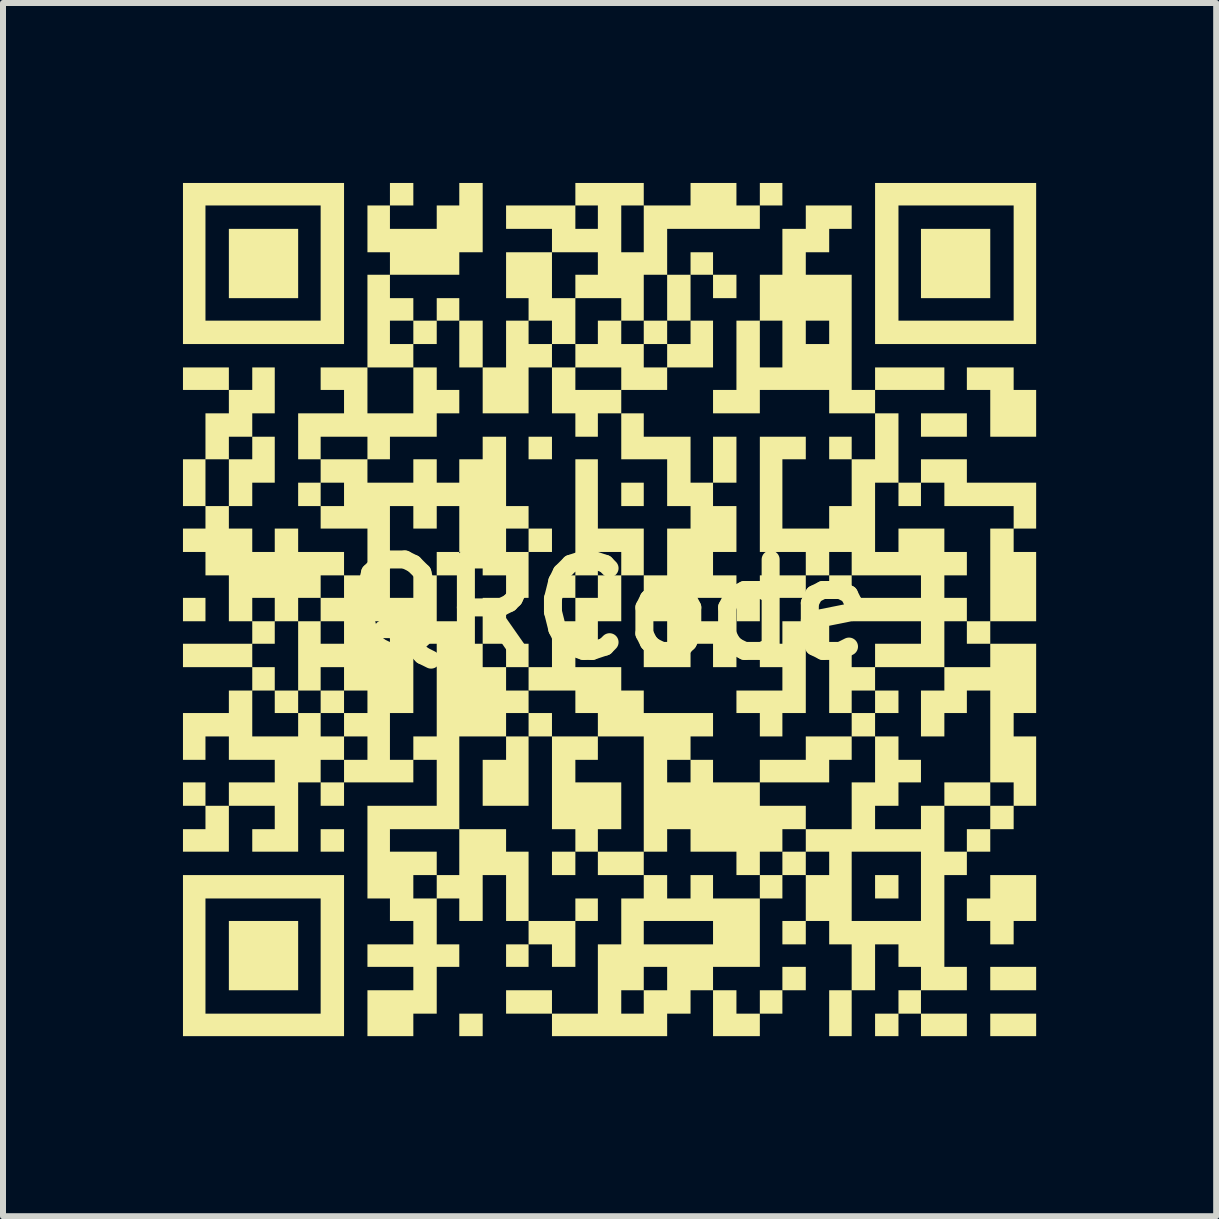
<source format=kicad_pcb>
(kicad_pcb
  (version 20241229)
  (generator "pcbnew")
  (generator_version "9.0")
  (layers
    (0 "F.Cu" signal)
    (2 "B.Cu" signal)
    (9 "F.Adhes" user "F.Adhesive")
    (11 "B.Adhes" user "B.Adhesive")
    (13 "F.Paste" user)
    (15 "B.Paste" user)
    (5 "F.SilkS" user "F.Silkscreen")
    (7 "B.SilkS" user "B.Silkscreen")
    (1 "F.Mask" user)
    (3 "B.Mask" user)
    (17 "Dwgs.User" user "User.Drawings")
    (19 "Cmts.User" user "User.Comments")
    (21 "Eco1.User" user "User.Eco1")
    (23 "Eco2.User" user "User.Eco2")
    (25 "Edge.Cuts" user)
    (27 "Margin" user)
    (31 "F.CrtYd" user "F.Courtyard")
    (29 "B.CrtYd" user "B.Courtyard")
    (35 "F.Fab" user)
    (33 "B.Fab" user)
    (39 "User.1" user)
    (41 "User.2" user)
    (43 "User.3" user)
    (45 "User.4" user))
  (footprint "QRCode"
    (layer "F.Cu")
    (at 7.111 7.111)
    (property "Reference" "QRCode" (at 0 0 0) (layer "F.SilkS") (effects (font (size 1.524 1.524) (thickness 0.3))))
    (attr board_only exclude_from_pos_files exclude_from_bom)
    (fp_poly (pts (xy -6.736 0.195) (xy -7.111 0.195) (xy -7.111 -0.195) (xy -6.736 -0.195)) (stroke (width 0) (type solid)) (fill yes) (layer "F.SilkS"))
    (fp_poly (pts (xy -6.736 3.271) (xy -7.111 3.271) (xy -7.111 2.881) (xy -6.736 2.881)) (stroke (width 0) (type solid)) (fill yes) (layer "F.SilkS"))
    (fp_poly (pts (xy -6.346 -3.661) (xy -7.111 -3.661) (xy -7.111 -4.036) (xy -6.346 -4.036)) (stroke (width 0) (type solid)) (fill yes) (layer "F.SilkS"))
    (fp_poly (pts (xy -5.191 -5.191) (xy -6.346 -5.191) (xy -6.346 -6.346) (xy -5.191 -6.346)) (stroke (width 0) (type solid)) (fill yes) (layer "F.SilkS"))
    (fp_poly (pts (xy -5.191 1.725) (xy -5.581 1.725) (xy -5.581 1.35) (xy -5.191 1.35)) (stroke (width 0) (type solid)) (fill yes) (layer "F.SilkS"))
    (fp_poly (pts (xy -5.191 6.346) (xy -6.346 6.346) (xy -6.346 5.191) (xy -5.191 5.191)) (stroke (width 0) (type solid)) (fill yes) (layer "F.SilkS"))
    (fp_poly (pts (xy -4.426 1.725) (xy -4.816 1.725) (xy -4.816 1.35) (xy -4.426 1.35)) (stroke (width 0) (type solid)) (fill yes) (layer "F.SilkS"))
    (fp_poly (pts (xy -4.426 4.036) (xy -4.816 4.036) (xy -4.816 3.661) (xy -4.426 3.661)) (stroke (width 0) (type solid)) (fill yes) (layer "F.SilkS"))
    (fp_poly (pts (xy -3.271 -6.736) (xy -3.661 -6.736) (xy -3.661 -7.111) (xy -3.271 -7.111)) (stroke (width 0) (type solid)) (fill yes) (layer "F.SilkS"))
    (fp_poly (pts (xy -2.505 -4.816) (xy -2.881 -4.816) (xy -2.881 -5.191) (xy -2.505 -5.191)) (stroke (width 0) (type solid)) (fill yes) (layer "F.SilkS"))
    (fp_poly (pts (xy -2.505 -0.57) (xy -2.881 -0.57) (xy -2.881 -0.96) (xy -2.505 -0.96)) (stroke (width 0) (type solid)) (fill yes) (layer "F.SilkS"))
    (fp_poly (pts (xy -2.115 -4.036) (xy -2.505 -4.036) (xy -2.505 -4.816) (xy -2.115 -4.816)) (stroke (width 0) (type solid)) (fill yes) (layer "F.SilkS"))
    (fp_poly (pts (xy -2.115 7.111) (xy -2.505 7.111) (xy -2.505 6.736) (xy -2.115 6.736)) (stroke (width 0) (type solid)) (fill yes) (layer "F.SilkS"))
    (fp_poly (pts (xy -1.725 0.57) (xy -2.115 0.57) (xy -2.115 -0.195) (xy -1.725 -0.195)) (stroke (width 0) (type solid)) (fill yes) (layer "F.SilkS"))
    (fp_poly (pts (xy -1.35 0.96) (xy -1.725 0.96) (xy -1.725 0.57) (xy -1.35 0.57)) (stroke (width 0) (type solid)) (fill yes) (layer "F.SilkS"))
    (fp_poly (pts (xy -1.35 5.956) (xy -1.725 5.956) (xy -1.725 5.581) (xy -1.35 5.581)) (stroke (width 0) (type solid)) (fill yes) (layer "F.SilkS"))
    (fp_poly (pts (xy -0.96 -2.505) (xy -1.35 -2.505) (xy -1.35 -2.881) (xy -0.96 -2.881)) (stroke (width 0) (type solid)) (fill yes) (layer "F.SilkS"))
    (fp_poly (pts (xy -0.96 -0.96) (xy -1.35 -0.96) (xy -1.35 -1.35) (xy -0.96 -1.35)) (stroke (width 0) (type solid)) (fill yes) (layer "F.SilkS"))
    (fp_poly (pts (xy -0.96 2.115) (xy -1.35 2.115) (xy -1.35 1.725) (xy -0.96 1.725)) (stroke (width 0) (type solid)) (fill yes) (layer "F.SilkS"))
    (fp_poly (pts (xy -0.96 6.736) (xy -1.725 6.736) (xy -1.725 6.346) (xy -0.96 6.346)) (stroke (width 0) (type solid)) (fill yes) (layer "F.SilkS"))
    (fp_poly (pts (xy -0.57 4.426) (xy -0.96 4.426) (xy -0.96 4.036) (xy -0.57 4.036)) (stroke (width 0) (type solid)) (fill yes) (layer "F.SilkS"))
    (fp_poly (pts (xy -0.195 5.191) (xy -0.57 5.191) (xy -0.57 4.816) (xy -0.195 4.816)) (stroke (width 0) (type solid)) (fill yes) (layer "F.SilkS"))
    (fp_poly (pts (xy 0.57 -1.725) (xy 0.195 -1.725) (xy 0.195 -2.115) (xy 0.57 -2.115)) (stroke (width 0) (type solid)) (fill yes) (layer "F.SilkS"))
    (fp_poly (pts (xy 0.57 4.426) (xy -0.195 4.426) (xy -0.195 4.036) (xy 0.57 4.036)) (stroke (width 0) (type solid)) (fill yes) (layer "F.SilkS"))
    (fp_poly (pts (xy 0.96 -4.426) (xy 0.57 -4.426) (xy 0.57 -4.816) (xy 0.96 -4.816)) (stroke (width 0) (type solid)) (fill yes) (layer "F.SilkS"))
    (fp_poly (pts (xy 1.725 -5.581) (xy 1.35 -5.581) (xy 1.35 -5.956) (xy 1.725 -5.956)) (stroke (width 0) (type solid)) (fill yes) (layer "F.SilkS"))
    (fp_poly (pts (xy 2.115 -5.191) (xy 1.725 -5.191) (xy 1.725 -5.581) (xy 2.115 -5.581)) (stroke (width 0) (type solid)) (fill yes) (layer "F.SilkS"))
    (fp_poly (pts (xy 2.115 -2.115) (xy 1.725 -2.115) (xy 1.725 -2.881) (xy 2.115 -2.881)) (stroke (width 0) (type solid)) (fill yes) (layer "F.SilkS"))
    (fp_poly (pts (xy 2.881 -6.736) (xy 2.505 -6.736) (xy 2.505 -7.111) (xy 2.881 -7.111)) (stroke (width 0) (type solid)) (fill yes) (layer "F.SilkS"))
    (fp_poly (pts (xy 2.881 4.816) (xy 2.505 4.816) (xy 2.505 4.426) (xy 2.881 4.426)) (stroke (width 0) (type solid)) (fill yes) (layer "F.SilkS"))
    (fp_poly (pts (xy 2.881 6.736) (xy 2.505 6.736) (xy 2.505 6.346) (xy 2.881 6.346)) (stroke (width 0) (type solid)) (fill yes) (layer "F.SilkS"))
    (fp_poly (pts (xy 3.271 -0.195) (xy 2.505 -0.195) (xy 2.505 -0.57) (xy 3.271 -0.57)) (stroke (width 0) (type solid)) (fill yes) (layer "F.SilkS"))
    (fp_poly (pts (xy 3.271 5.581) (xy 2.881 5.581) (xy 2.881 5.191) (xy 3.271 5.191)) (stroke (width 0) (type solid)) (fill yes) (layer "F.SilkS"))
    (fp_poly (pts (xy 3.271 6.346) (xy 2.881 6.346) (xy 2.881 5.956) (xy 3.271 5.956)) (stroke (width 0) (type solid)) (fill yes) (layer "F.SilkS"))
    (fp_poly (pts (xy 4.036 -2.505) (xy 3.661 -2.505) (xy 3.661 -2.881) (xy 4.036 -2.881)) (stroke (width 0) (type solid)) (fill yes) (layer "F.SilkS"))
    (fp_poly (pts (xy 4.036 -0.195) (xy 3.661 -0.195) (xy 3.661 -0.57) (xy 4.036 -0.57)) (stroke (width 0) (type solid)) (fill yes) (layer "F.SilkS"))
    (fp_poly (pts (xy 4.036 7.111) (xy 3.661 7.111) (xy 3.661 6.346) (xy 4.036 6.346)) (stroke (width 0) (type solid)) (fill yes) (layer "F.SilkS"))
    (fp_poly (pts (xy 4.816 4.816) (xy 4.426 4.816) (xy 4.426 4.426) (xy 4.816 4.426)) (stroke (width 0) (type solid)) (fill yes) (layer "F.SilkS"))
    (fp_poly (pts (xy 4.816 7.111) (xy 4.426 7.111) (xy 4.426 6.736) (xy 4.816 6.736)) (stroke (width 0) (type solid)) (fill yes) (layer "F.SilkS"))
    (fp_poly (pts (xy 5.191 6.736) (xy 4.816 6.736) (xy 4.816 6.346) (xy 5.191 6.346)) (stroke (width 0) (type solid)) (fill yes) (layer "F.SilkS"))
    (fp_poly (pts (xy 5.581 -3.661) (xy 4.426 -3.661) (xy 4.426 -4.036) (xy 5.581 -4.036)) (stroke (width 0) (type solid)) (fill yes) (layer "F.SilkS"))
    (fp_poly (pts (xy 5.956 -2.881) (xy 5.191 -2.881) (xy 5.191 -3.271) (xy 5.956 -3.271)) (stroke (width 0) (type solid)) (fill yes) (layer "F.SilkS"))
    (fp_poly (pts (xy 5.956 7.111) (xy 5.191 7.111) (xy 5.191 6.736) (xy 5.956 6.736)) (stroke (width 0) (type solid)) (fill yes) (layer "F.SilkS"))
    (fp_poly (pts (xy 6.346 -5.191) (xy 5.191 -5.191) (xy 5.191 -6.346) (xy 6.346 -6.346)) (stroke (width 0) (type solid)) (fill yes) (layer "F.SilkS"))
    (fp_poly (pts (xy 6.346 3.271) (xy 5.581 3.271) (xy 5.581 2.881) (xy 6.346 2.881)) (stroke (width 0) (type solid)) (fill yes) (layer "F.SilkS"))
    (fp_poly (pts (xy 6.346 4.036) (xy 5.956 4.036) (xy 5.956 3.661) (xy 6.346 3.661)) (stroke (width 0) (type solid)) (fill yes) (layer "F.SilkS"))
    (fp_poly (pts (xy 6.736 3.661) (xy 6.346 3.661) (xy 6.346 3.271) (xy 6.736 3.271)) (stroke (width 0) (type solid)) (fill yes) (layer "F.SilkS"))
    (fp_poly (pts (xy 7.111 6.346) (xy 6.346 6.346) (xy 6.346 5.956) (xy 7.111 5.956)) (stroke (width 0) (type solid)) (fill yes) (layer "F.SilkS"))
    (fp_poly (pts (xy 7.111 7.111) (xy 6.346 7.111) (xy 6.346 6.736) (xy 7.111 6.736)) (stroke (width 0) (type solid)) (fill yes) (layer "F.SilkS"))
    (fp_poly (pts (xy -6.346 4.036) (xy -7.111 4.036) (xy -7.111 3.661) (xy -6.736 3.661) (xy -6.736 3.271) (xy -6.346 3.271)) (stroke (width 0) (type solid)) (fill yes) (layer "F.SilkS"))
    (fp_poly (pts (xy -1.35 3.271) (xy -2.115 3.271) (xy -2.115 2.505) (xy -1.725 2.505) (xy -1.725 2.115) (xy -1.35 2.115)) (stroke (width 0) (type solid)) (fill yes) (layer "F.SilkS"))
    (fp_poly (pts (xy -1.35 5.191) (xy -0.57 5.191) (xy -0.57 5.956) (xy -0.96 5.956) (xy -0.96 5.581) (xy -1.35 5.581)) (stroke (width 0) (type solid)) (fill yes) (layer "F.SilkS"))
    (fp_poly (pts (xy 2.115 6.736) (xy 2.505 6.736) (xy 2.505 7.111) (xy 1.725 7.111) (xy 1.725 6.346) (xy 2.115 6.346)) (stroke (width 0) (type solid)) (fill yes) (layer "F.SilkS"))
    (fp_poly (pts (xy 4.036 2.505) (xy 3.661 2.505) (xy 3.661 2.881) (xy 2.505 2.881) (xy 2.505 2.505) (xy 3.271 2.505) (xy 3.271 2.115) (xy 4.036 2.115)) (stroke (width 0) (type solid)) (fill yes) (layer "F.SilkS"))
    (fp_poly (pts (xy 6.736 -3.661) (xy 7.111 -3.661) (xy 7.111 -2.881) (xy 6.346 -2.881) (xy 6.346 -3.661) (xy 5.956 -3.661) (xy 5.956 -4.036) (xy 6.736 -4.036)) (stroke (width 0) (type solid)) (fill yes) (layer "F.SilkS"))
    (fp_poly (pts (xy 7.111 5.191) (xy 6.736 5.191) (xy 6.736 5.581) (xy 6.346 5.581) (xy 6.346 5.191) (xy 5.956 5.191) (xy 5.956 4.816) (xy 6.346 4.816) (xy 6.346 4.426) (xy 7.111 4.426)) (stroke (width 0) (type solid)) (fill yes) (layer "F.SilkS"))
    (fp_poly (pts (xy -4.426 -4.426) (xy -7.111 -4.426) (xy -7.111 -4.816) (xy -6.736 -4.816) (xy -4.816 -4.816) (xy -4.816 -6.736) (xy -6.736 -6.736) (xy -6.736 -4.816) (xy -7.111 -4.816) (xy -7.111 -7.111) (xy -4.426 -7.111)) (stroke (width 0) (type solid)) (fill yes) (layer "F.SilkS"))
    (fp_poly (pts (xy -4.426 7.111) (xy -7.111 7.111) (xy -7.111 6.736) (xy -6.736 6.736) (xy -4.816 6.736) (xy -4.816 4.816) (xy -6.736 4.816) (xy -6.736 6.736) (xy -7.111 6.736) (xy -7.111 4.426) (xy -4.426 4.426)) (stroke (width 0) (type solid)) (fill yes) (layer "F.SilkS"))
    (fp_poly (pts (xy 7.111 -4.426) (xy 4.426 -4.426) (xy 4.426 -4.816) (xy 4.816 -4.816) (xy 6.736 -4.816) (xy 6.736 -6.736) (xy 4.816 -6.736) (xy 4.816 -4.816) (xy 4.426 -4.816) (xy 4.426 -7.111) (xy 7.111 -7.111)) (stroke (width 0) (type solid)) (fill yes) (layer "F.SilkS"))
    (fp_poly (pts (xy -0.195 2.505) (xy -0.57 2.505) (xy -0.57 2.881) (xy 0.195 2.881) (xy 0.195 3.661) (xy -0.195 3.661) (xy -0.195 4.036) (xy -0.57 4.036) (xy -0.57 3.661) (xy -0.96 3.661) (xy -0.96 2.115) (xy -0.195 2.115)) (stroke (width 0) (type solid)) (fill yes) (layer "F.SilkS"))
    (fp_poly (pts (xy -2.115 -5.956) (xy -2.505 -5.956) (xy -2.505 -5.581) (xy -3.661 -5.581) (xy -3.661 -5.956) (xy -4.036 -5.956) (xy -4.036 -6.736) (xy -3.661 -6.736) (xy -3.661 -6.346) (xy -2.881 -6.346) (xy -2.881 -6.736) (xy -2.505 -6.736) (xy -2.505 -7.111) (xy -2.115 -7.111)) (stroke (width 0) (type solid)) (fill yes) (layer "F.SilkS"))
    (fp_poly (pts (xy 3.661 0.57) (xy 3.271 0.57) (xy 3.271 1.725) (xy 2.881 1.725) (xy 2.881 2.115) (xy 2.505 2.115) (xy 2.505 1.725) (xy 2.115 1.725) (xy 2.115 1.35) (xy 2.881 1.35) (xy 2.881 0.96) (xy 2.505 0.96) (xy 2.505 0.57) (xy 2.881 0.57) (xy 2.881 0.195) (xy 3.661 0.195)) (stroke (width 0) (type solid)) (fill yes) (layer "F.SilkS"))
    (fp_poly (pts (xy 4.816 1.35) (xy 4.816 1.725) (xy 4.426 1.725) (xy 4.426 2.115) (xy 4.036 2.115) (xy 4.036 1.725) (xy 4.426 1.725) (xy 4.426 1.35) (xy 4.036 1.35) (xy 4.036 1.725) (xy 3.661 1.725) (xy 3.661 0.57) (xy 4.036 0.57) (xy 4.036 0.96) (xy 4.426 0.96) (xy 4.426 1.35)) (stroke (width 0) (type solid)) (fill yes) (layer "F.SilkS"))
    (fp_poly (pts (xy -2.881 -4.816) (xy -2.881 -4.426) (xy -3.271 -4.426) (xy -3.271 -4.036) (xy -4.036 -4.036) (xy -4.036 -4.426) (xy -3.661 -4.426) (xy -3.271 -4.426) (xy -3.271 -4.816) (xy -3.661 -4.816) (xy -3.661 -4.426) (xy -4.036 -4.426) (xy -4.036 -5.581) (xy -3.661 -5.581) (xy -3.661 -5.191) (xy -3.271 -5.191) (xy -3.271 -4.816)) (stroke (width 0) (type solid)) (fill yes) (layer "F.SilkS"))
    (fp_poly (pts (xy 0.96 4.816) (xy 1.35 4.816) (xy 1.35 4.426) (xy 1.725 4.426) (xy 1.725 4.816) (xy 2.505 4.816) (xy 2.505 5.956) (xy 1.725 5.956) (xy 1.725 6.346) (xy 1.35 6.346) (xy 1.35 6.736) (xy 0.96 6.736) (xy 0.96 7.111) (xy -0.96 7.111) (xy -0.96 6.736) (xy -0.195 6.736) (xy 0.195 6.736) (xy 0.57 6.736) (xy 0.57 6.346) (xy 0.96 6.346) (xy 0.96 5.956) (xy 0.57 5.956) (xy 0.57 6.346) (xy 0.195 6.346) (xy 0.195 6.736) (xy -0.195 6.736) (xy -0.195 5.581) (xy 0.195 5.581) (xy 0.57 5.581) (xy 1.725 5.581) (xy 1.725 5.191) (xy 0.57 5.191) (xy 0.57 5.581) (xy 0.195 5.581) (xy 0.195 4.816) (xy 0.57 4.816) (xy 0.57 4.426) (xy 0.96 4.426)) (stroke (width 0) (type solid)) (fill yes) (layer "F.SilkS"))
    (fp_poly (pts (xy 4.036 -6.346) (xy 3.661 -6.346) (xy 3.661 -5.956) (xy 3.271 -5.956) (xy 3.271 -5.581) (xy 4.036 -5.581) (xy 4.036 -3.661) (xy 4.426 -3.661) (xy 4.426 -3.271) (xy 3.661 -3.271) (xy 3.661 -3.661) (xy 2.505 -3.661) (xy 2.505 -3.271) (xy 1.725 -3.271) (xy 1.725 -3.661) (xy 2.115 -3.661) (xy 2.115 -4.036) (xy 2.505 -4.036) (xy 2.881 -4.036) (xy 2.881 -4.426) (xy 3.271 -4.426) (xy 3.661 -4.426) (xy 3.661 -4.816) (xy 3.271 -4.816) (xy 3.271 -4.426) (xy 2.881 -4.426) (xy 2.881 -4.816) (xy 2.505 -4.816) (xy 2.505 -4.036) (xy 2.115 -4.036) (xy 2.115 -4.816) (xy 2.505 -4.816) (xy 2.505 -5.581) (xy 2.881 -5.581) (xy 2.881 -6.346) (xy 3.271 -6.346) (xy 3.271 -6.736) (xy 4.036 -6.736)) (stroke (width 0) (type solid)) (fill yes) (layer "F.SilkS"))
    (fp_poly (pts (xy 2.505 -0.195) (xy 2.505 0.195) (xy 2.115 0.195) (xy 2.115 0.96) (xy 1.725 0.96) (xy 1.725 0.57) (xy 1.35 0.57) (xy 1.35 0.96) (xy 0.57 0.96) (xy 0.57 0.57) (xy 0.96 0.57) (xy 0.96 0.195) (xy 1.35 0.195) (xy 2.115 0.195) (xy 2.115 -0.195) (xy 1.35 -0.195) (xy 1.35 0.195) (xy 0.96 0.195) (xy 0.57 0.195) (xy 0.57 -0.57) (xy 0.96 -0.57) (xy 0.96 -1.35) (xy 1.35 -1.35) (xy 1.35 -1.725) (xy 0.96 -1.725) (xy 0.96 -2.505) (xy 0.195 -2.505) (xy 0.195 -3.271) (xy 0.57 -3.271) (xy 0.57 -2.881) (xy 1.35 -2.881) (xy 1.35 -2.115) (xy 1.725 -2.115) (xy 1.725 -1.725) (xy 2.115 -1.725) (xy 2.115 -0.96) (xy 1.725 -0.96) (xy 1.725 -0.57) (xy 2.115 -0.57) (xy 2.115 -0.195)) (stroke (width 0) (type solid)) (fill yes) (layer "F.SilkS"))
    (fp_poly (pts (xy 2.881 4.036) (xy 3.271 4.036) (xy 3.271 3.661) (xy 4.036 3.661) (xy 4.036 2.881) (xy 4.426 2.881) (xy 4.426 2.115) (xy 4.816 2.115) (xy 4.816 2.505) (xy 5.191 2.505) (xy 5.191 2.881) (xy 4.816 2.881) (xy 4.816 3.271) (xy 4.426 3.271) (xy 4.426 3.661) (xy 5.191 3.661) (xy 5.191 3.271) (xy 5.581 3.271) (xy 5.581 4.036) (xy 5.956 4.036) (xy 5.956 4.426) (xy 5.581 4.426) (xy 5.581 5.956) (xy 5.956 5.956) (xy 5.956 6.346) (xy 5.191 6.346) (xy 5.191 5.956) (xy 4.816 5.956) (xy 4.816 5.581) (xy 4.426 5.581) (xy 4.426 6.346) (xy 4.036 6.346) (xy 4.036 5.581) (xy 3.661 5.581) (xy 3.661 5.191) (xy 4.036 5.191) (xy 5.191 5.191) (xy 5.191 4.036) (xy 4.036 4.036) (xy 4.036 5.191) (xy 3.661 5.191) (xy 3.271 5.191) (xy 3.271 4.426) (xy 3.661 4.426) (xy 3.661 4.036) (xy 3.271 4.036) (xy 3.271 4.426) (xy 2.881 4.426)) (stroke (width 0) (type solid)) (fill yes) (layer "F.SilkS"))
    (fp_poly (pts (xy 1.725 2.505) (xy 1.725 2.881) (xy 2.505 2.881) (xy 2.505 3.271) (xy 3.271 3.271) (xy 3.271 3.661) (xy 2.881 3.661) (xy 2.881 4.036) (xy 2.505 4.036) (xy 2.505 4.426) (xy 2.115 4.426) (xy 2.115 4.036) (xy 1.35 4.036) (xy 1.35 3.661) (xy 0.96 3.661) (xy 0.96 4.036) (xy 0.57 4.036) (xy 0.57 2.881) (xy 0.96 2.881) (xy 1.35 2.881) (xy 1.35 2.505) (xy 0.96 2.505) (xy 0.96 2.881) (xy 0.57 2.881) (xy 0.57 2.115) (xy -0.195 2.115) (xy -0.195 1.725) (xy -0.57 1.725) (xy -0.57 1.35) (xy -1.35 1.35) (xy -1.35 0.96) (xy -0.96 0.96) (xy -0.96 0.195) (xy -0.57 0.195) (xy -0.57 -0.195) (xy -0.195 -0.195) (xy -0.195 -0.57) (xy 0.195 -0.57) (xy 0.195 -0.96) (xy -0.195 -0.96) (xy -0.195 -0.57) (xy -0.57 -0.57) (xy -0.57 -0.195) (xy -0.96 -0.195) (xy -0.96 -0.57) (xy -0.57 -0.57) (xy -0.57 -2.505) (xy -0.195 -2.505) (xy -0.195 -1.35) (xy 0.57 -1.35) (xy 0.57 -0.57) (xy 0.195 -0.57) (xy 0.195 0.195) (xy -0.195 0.195) (xy -0.195 0.57) (xy -0.57 0.57) (xy -0.57 0.96) (xy 0.195 0.96) (xy 0.195 1.35) (xy 0.57 1.35) (xy 0.57 1.725) (xy 1.725 1.725) (xy 1.725 2.115) (xy 1.35 2.115) (xy 1.35 2.505)) (stroke (width 0) (type solid)) (fill yes) (layer "F.SilkS"))
    (fp_poly (pts (xy 4.816 -2.115) (xy 5.191 -2.115) (xy 5.191 -2.505) (xy 5.956 -2.505) (xy 5.956 -2.115) (xy 7.111 -2.115) (xy 7.111 -1.35) (xy 6.736 -1.35) (xy 6.736 -0.96) (xy 7.111 -0.96) (xy 7.111 0.195) (xy 6.346 0.195) (xy 6.346 0.57) (xy 7.111 0.57) (xy 7.111 1.725) (xy 6.736 1.725) (xy 6.736 2.115) (xy 7.111 2.115) (xy 7.111 3.271) (xy 6.736 3.271) (xy 6.736 2.881) (xy 6.346 2.881) (xy 6.346 1.35) (xy 5.956 1.35) (xy 5.956 1.725) (xy 5.581 1.725) (xy 5.581 2.115) (xy 5.191 2.115) (xy 5.191 1.35) (xy 5.581 1.35) (xy 5.581 0.96) (xy 6.346 0.96) (xy 6.346 0.57) (xy 5.956 0.57) (xy 5.956 0.195) (xy 5.581 0.195) (xy 5.581 0.96) (xy 4.426 0.96) (xy 4.426 0.57) (xy 5.191 0.57) (xy 5.191 0.195) (xy 4.036 0.195) (xy 4.036 -0.195) (xy 5.191 -0.195) (xy 5.191 -0.57) (xy 4.036 -0.57) (xy 4.036 -0.96) (xy 4.426 -0.96) (xy 4.816 -0.96) (xy 4.816 -1.35) (xy 5.581 -1.35) (xy 5.581 -0.96) (xy 5.956 -0.96) (xy 5.956 -0.57) (xy 5.581 -0.57) (xy 5.581 -0.195) (xy 5.956 -0.195) (xy 5.956 0.195) (xy 6.346 0.195) (xy 6.346 -1.35) (xy 6.736 -1.35) (xy 6.736 -1.725) (xy 5.581 -1.725) (xy 5.581 -2.115) (xy 5.191 -2.115) (xy 5.191 -1.725) (xy 4.816 -1.725) (xy 4.816 -2.115) (xy 4.426 -2.115) (xy 4.426 -0.96) (xy 4.036 -0.96) (xy 3.661 -0.96) (xy 3.661 -0.57) (xy 3.271 -0.57) (xy 3.271 -0.96) (xy 2.505 -0.96) (xy 2.505 -2.881) (xy 3.271 -2.881) (xy 3.271 -2.505) (xy 2.881 -2.505) (xy 2.881 -1.35) (xy 3.661 -1.35) (xy 3.661 -1.725) (xy 4.036 -1.725) (xy 4.036 -2.505) (xy 4.426 -2.505) (xy 4.426 -3.271) (xy 4.816 -3.271)) (stroke (width 0) (type solid)) (fill yes) (layer "F.SilkS"))
    (fp_poly (pts (xy 1.35 -5.581) (xy 1.35 -4.816) (xy 1.725 -4.816) (xy 1.725 -4.036) (xy 0.96 -4.036) (xy 0.96 -3.661) (xy 0.195 -3.661) (xy 0.195 -3.271) (xy -0.195 -3.271) (xy -0.195 -2.881) (xy -0.57 -2.881) (xy -0.57 -3.271) (xy -0.96 -3.271) (xy -0.96 -3.661) (xy -0.57 -3.661) (xy 0.195 -3.661) (xy 0.195 -4.036) (xy -0.57 -4.036) (xy -0.57 -3.661) (xy -0.96 -3.661) (xy -0.96 -4.036) (xy -0.57 -4.036) (xy -0.57 -4.426) (xy -0.195 -4.426) (xy 0.195 -4.426) (xy 0.57 -4.426) (xy 0.57 -4.036) (xy 0.96 -4.036) (xy 0.96 -4.426) (xy 1.35 -4.426) (xy 1.35 -4.816) (xy 0.96 -4.816) (xy 0.96 -5.581) (xy 0.57 -5.581) (xy 0.57 -4.816) (xy 0.195 -4.816) (xy 0.195 -4.426) (xy -0.195 -4.426) (xy -0.195 -4.816) (xy 0.195 -4.816) (xy 0.195 -5.191) (xy -0.57 -5.191) (xy -0.57 -4.426) (xy -0.96 -4.426) (xy -0.96 -4.036) (xy -1.35 -4.036) (xy -1.35 -3.271) (xy -2.115 -3.271) (xy -2.115 -4.036) (xy -1.725 -4.036) (xy -1.725 -4.426) (xy -1.35 -4.426) (xy -0.96 -4.426) (xy -0.96 -4.816) (xy -1.35 -4.816) (xy -1.35 -4.426) (xy -1.725 -4.426) (xy -1.725 -4.816) (xy -1.35 -4.816) (xy -1.35 -5.191) (xy -0.96 -5.191) (xy -0.57 -5.191) (xy -0.57 -5.581) (xy -0.195 -5.581) (xy -0.195 -5.956) (xy 0.195 -5.956) (xy 0.57 -5.956) (xy 0.57 -6.736) (xy 0.195 -6.736) (xy 0.195 -5.956) (xy -0.195 -5.956) (xy -0.96 -5.956) (xy -0.96 -5.191) (xy -1.35 -5.191) (xy -1.725 -5.191) (xy -1.725 -5.956) (xy -0.96 -5.956) (xy -0.96 -6.346) (xy -0.57 -6.346) (xy -0.195 -6.346) (xy -0.195 -6.736) (xy -0.57 -6.736) (xy -0.57 -6.346) (xy -0.96 -6.346) (xy -1.725 -6.346) (xy -1.725 -6.736) (xy -0.57 -6.736) (xy -0.57 -7.111) (xy 0.57 -7.111) (xy 0.57 -6.736) (xy 1.35 -6.736) (xy 1.35 -7.111) (xy 2.115 -7.111) (xy 2.115 -6.736) (xy 2.505 -6.736) (xy 2.505 -6.346) (xy 0.96 -6.346) (xy 0.96 -5.581)) (stroke (width 0) (type solid)) (fill yes) (layer "F.SilkS"))
    (fp_poly (pts (xy -1.725 3.661) (xy -1.725 4.036) (xy -1.35 4.036) (xy -1.35 5.191) (xy -1.725 5.191) (xy -1.725 4.426) (xy -2.115 4.426) (xy -2.115 5.191) (xy -2.505 5.191) (xy -2.505 4.816) (xy -2.881 4.816) (xy -2.881 5.581) (xy -2.505 5.581) (xy -2.505 5.956) (xy -2.881 5.956) (xy -2.881 6.736) (xy -3.271 6.736) (xy -3.271 7.111) (xy -4.036 7.111) (xy -4.036 6.346) (xy -3.271 6.346) (xy -3.271 5.956) (xy -4.036 5.956) (xy -4.036 5.581) (xy -3.271 5.581) (xy -3.271 5.191) (xy -3.661 5.191) (xy -3.661 4.816) (xy -3.271 4.816) (xy -2.881 4.816) (xy -2.881 4.426) (xy -3.271 4.426) (xy -3.271 4.816) (xy -3.661 4.816) (xy -4.036 4.816) (xy -4.036 4.036) (xy -3.661 4.036) (xy -2.881 4.036) (xy -2.881 4.426) (xy -2.505 4.426) (xy -2.505 3.661) (xy -3.661 3.661) (xy -3.661 4.036) (xy -4.036 4.036) (xy -4.036 3.271) (xy -2.881 3.271) (xy -2.881 2.505) (xy -3.271 2.505) (xy -3.271 2.881) (xy -4.426 2.881) (xy -4.426 3.271) (xy -4.816 3.271) (xy -4.816 2.881) (xy -4.426 2.881) (xy -4.426 2.505) (xy -4.036 2.505) (xy -3.661 2.505) (xy -3.271 2.505) (xy -3.271 2.115) (xy -2.881 2.115) (xy -2.881 0.57) (xy -3.271 0.57) (xy -3.271 1.725) (xy -3.661 1.725) (xy -3.661 2.505) (xy -4.036 2.505) (xy -4.036 2.115) (xy -4.426 2.115) (xy -4.426 2.505) (xy -4.816 2.505) (xy -4.816 2.881) (xy -5.191 2.881) (xy -5.191 4.036) (xy -5.956 4.036) (xy -5.956 3.661) (xy -5.581 3.661) (xy -5.581 3.271) (xy -6.346 3.271) (xy -6.346 2.881) (xy -5.581 2.881) (xy -5.581 2.505) (xy -6.346 2.505) (xy -6.346 2.115) (xy -5.956 2.115) (xy -5.191 2.115) (xy -5.191 1.725) (xy -4.816 1.725) (xy -4.816 2.115) (xy -4.426 2.115) (xy -4.426 1.725) (xy -4.036 1.725) (xy -4.036 1.35) (xy -4.426 1.35) (xy -4.426 0.96) (xy -4.816 0.96) (xy -4.816 1.35) (xy -5.191 1.35) (xy -5.191 0.57) (xy -4.816 0.57) (xy -4.426 0.57) (xy -4.036 0.57) (xy -3.661 0.57) (xy -3.661 0.195) (xy -4.036 0.195) (xy -4.036 0.57) (xy -4.426 0.57) (xy -4.426 0.195) (xy -4.816 0.195) (xy -4.816 0.57) (xy -5.191 0.57) (xy -5.191 0.195) (xy -4.816 0.195) (xy -4.816 -0.195) (xy -4.426 -0.195) (xy -4.426 -0.57) (xy -4.816 -0.57) (xy -4.816 -0.195) (xy -5.191 -0.195) (xy -5.191 0.195) (xy -5.581 0.195) (xy -5.581 0.57) (xy -5.956 0.57) (xy -5.956 0.96) (xy -5.581 0.96) (xy -5.581 1.35) (xy -5.956 1.35) (xy -5.956 2.115) (xy -6.346 2.115) (xy -6.736 2.115) (xy -6.736 2.505) (xy -7.111 2.505) (xy -7.111 1.725) (xy -6.346 1.725) (xy -6.346 1.35) (xy -5.956 1.35) (xy -5.956 0.96) (xy -7.111 0.96) (xy -7.111 0.57) (xy -5.956 0.57) (xy -5.956 0.195) (xy -5.581 0.195) (xy -5.581 -0.195) (xy -5.956 -0.195) (xy -5.956 0.195) (xy -6.346 0.195) (xy -6.346 -0.57) (xy -6.736 -0.57) (xy -6.736 -0.96) (xy -7.111 -0.96) (xy -7.111 -1.35) (xy -6.736 -1.35) (xy -6.736 -1.725) (xy -6.346 -1.725) (xy -6.346 -2.505) (xy -5.956 -2.505) (xy -5.956 -2.881) (xy -6.346 -2.881) (xy -6.346 -2.505) (xy -6.736 -2.505) (xy -6.736 -1.725) (xy -7.111 -1.725) (xy -7.111 -2.505) (xy -6.736 -2.505) (xy -6.736 -3.271) (xy -6.346 -3.271) (xy -6.346 -3.661) (xy -5.956 -3.661) (xy -5.956 -4.036) (xy -5.581 -4.036) (xy -5.581 -3.271) (xy -5.956 -3.271) (xy -5.956 -2.881) (xy -5.581 -2.881) (xy -5.581 -2.115) (xy -5.956 -2.115) (xy -5.956 -1.725) (xy -6.346 -1.725) (xy -6.346 -1.35) (xy -5.956 -1.35) (xy -5.956 -0.96) (xy -5.581 -0.96) (xy -5.581 -1.35) (xy -5.191 -1.35) (xy -5.191 -0.96) (xy -4.426 -0.96) (xy -4.426 -0.57) (xy -4.036 -0.57) (xy -4.036 -1.35) (xy -4.816 -1.35) (xy -4.816 -1.725) (xy -4.426 -1.725) (xy -4.426 -2.115) (xy -4.816 -2.115) (xy -4.816 -1.725) (xy -5.191 -1.725) (xy -5.191 -2.115) (xy -4.816 -2.115) (xy -4.816 -2.505) (xy -4.036 -2.505) (xy -4.036 -2.881) (xy -4.816 -2.881) (xy -4.816 -2.505) (xy -5.191 -2.505) (xy -5.191 -3.271) (xy -4.426 -3.271) (xy -4.426 -3.661) (xy -4.816 -3.661) (xy -4.816 -4.036) (xy -4.036 -4.036) (xy -4.036 -3.271) (xy -3.271 -3.271) (xy -3.271 -4.036) (xy -2.881 -4.036) (xy -2.881 -3.661) (xy -2.505 -3.661) (xy -2.505 -3.271) (xy -2.881 -3.271) (xy -2.881 -2.881) (xy -3.661 -2.881) (xy -3.661 -2.505) (xy -4.036 -2.505) (xy -4.036 -2.115) (xy -3.271 -2.115) (xy -3.271 -2.505) (xy -2.881 -2.505) (xy -2.881 -2.115) (xy -2.505 -2.115) (xy -2.505 -2.505) (xy -2.115 -2.505) (xy -2.115 -2.881) (xy -1.725 -2.881) (xy -1.725 -1.725) (xy -1.35 -1.725) (xy -1.35 -1.35) (xy -1.725 -1.35) (xy -1.725 -0.96) (xy -1.35 -0.96) (xy -1.35 -0.195) (xy -1.725 -0.195) (xy -1.725 -0.57) (xy -2.115 -0.57) (xy -2.115 -0.96) (xy -2.505 -0.96) (xy -2.505 -1.725) (xy -2.881 -1.725) (xy -2.881 -1.35) (xy -3.271 -1.35) (xy -3.271 -1.725) (xy -3.661 -1.725) (xy -3.661 -0.195) (xy -3.271 -0.195) (xy -3.271 -0.57) (xy -2.881 -0.57) (xy -2.881 0.195) (xy -2.505 0.195) (xy -2.505 0.57) (xy -2.115 0.57) (xy -2.115 0.96) (xy -1.725 0.96) (xy -1.725 1.35) (xy -1.35 1.35) (xy -1.35 1.725) (xy -1.725 1.725) (xy -1.725 2.115) (xy -2.505 2.115) (xy -2.505 3.661)) (stroke (width 0) (type solid)) (fill yes) (layer "F.SilkS")))
  (gr_rect
    (start -3 -3)
    (end 17.223 17.223)
    (stroke (width 0.1) (type default))
    (fill no)
    (layer "Edge.Cuts")))
</source>
